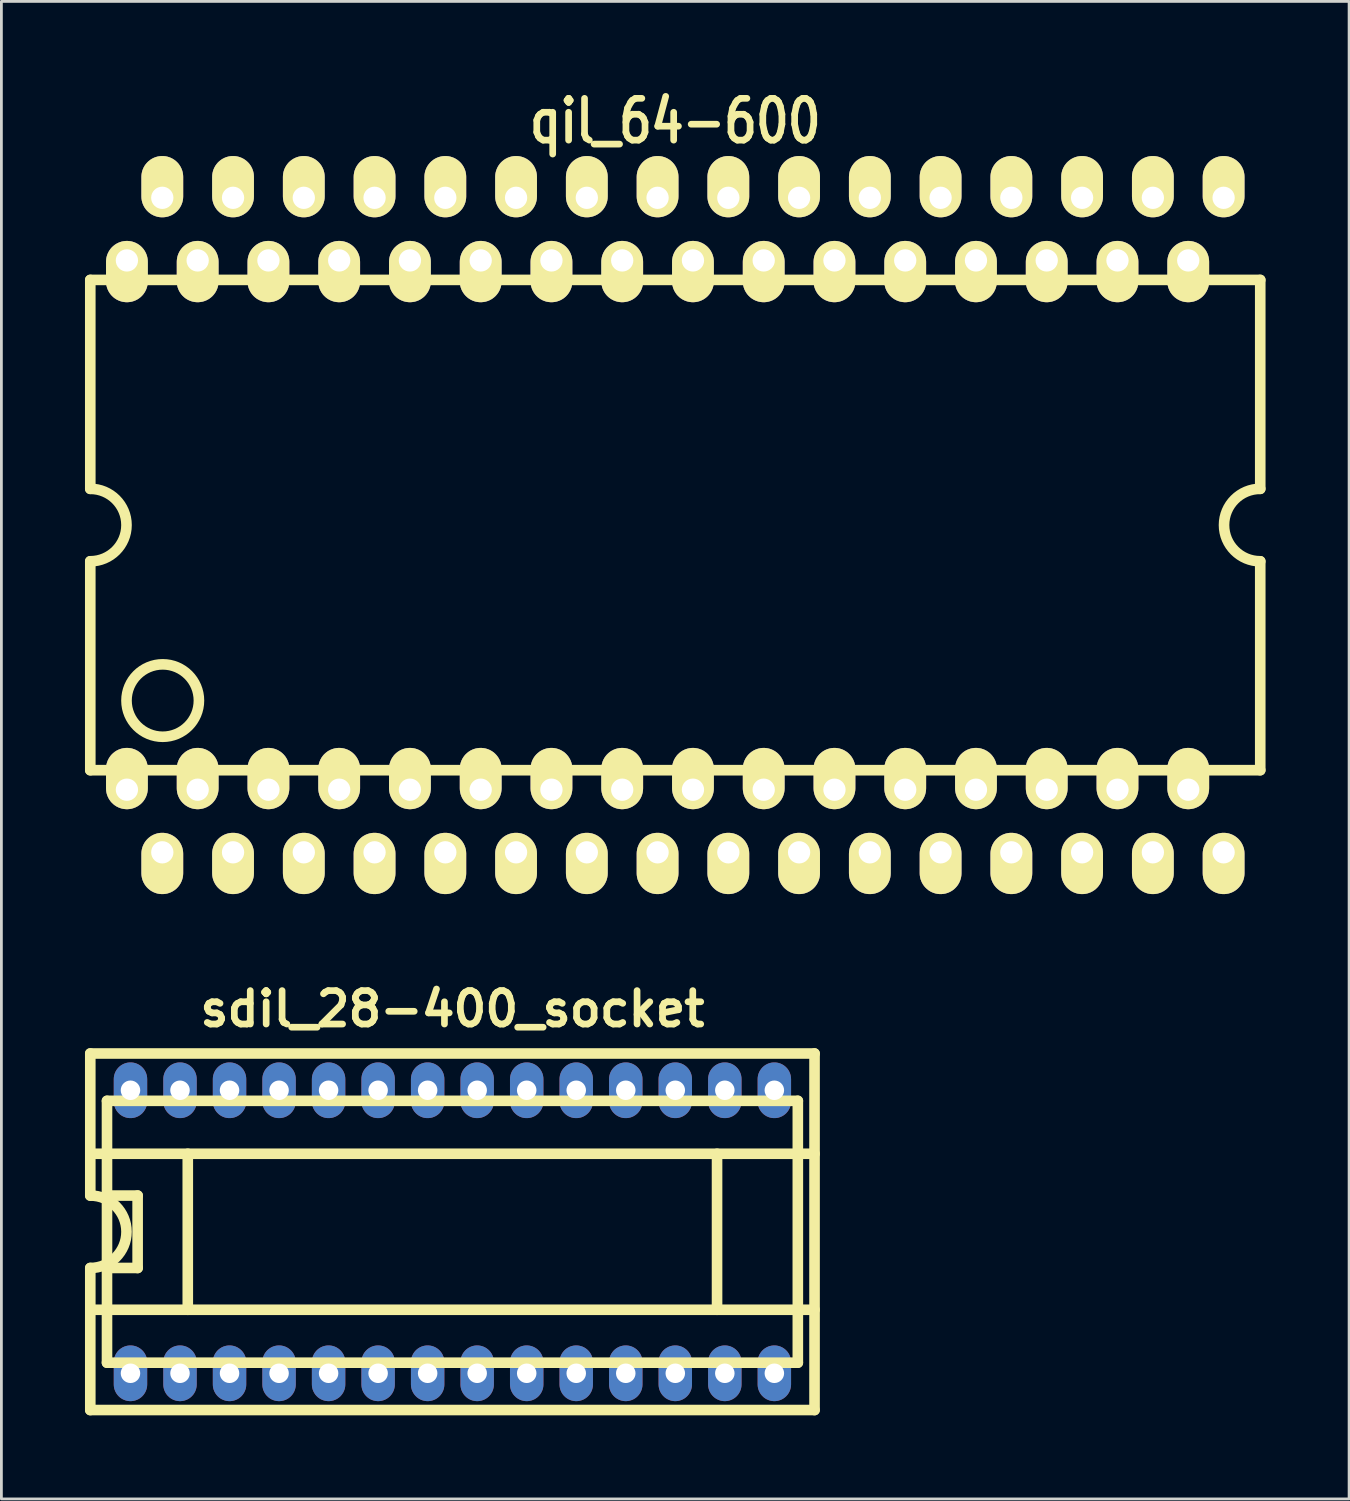
<source format=kicad_pcb>
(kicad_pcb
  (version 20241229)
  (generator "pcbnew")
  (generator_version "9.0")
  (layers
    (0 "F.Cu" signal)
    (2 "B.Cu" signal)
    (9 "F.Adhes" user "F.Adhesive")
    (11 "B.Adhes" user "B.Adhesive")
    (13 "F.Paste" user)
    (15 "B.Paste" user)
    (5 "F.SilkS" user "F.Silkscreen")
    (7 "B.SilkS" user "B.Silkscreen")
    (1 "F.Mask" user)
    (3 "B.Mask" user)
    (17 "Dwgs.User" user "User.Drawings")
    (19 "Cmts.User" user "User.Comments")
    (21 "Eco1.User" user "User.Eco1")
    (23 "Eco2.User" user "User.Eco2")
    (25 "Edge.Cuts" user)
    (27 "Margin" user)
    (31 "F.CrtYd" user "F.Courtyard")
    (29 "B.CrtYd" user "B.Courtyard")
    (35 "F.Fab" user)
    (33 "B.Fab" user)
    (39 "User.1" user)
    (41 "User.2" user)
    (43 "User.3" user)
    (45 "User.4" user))
  (footprint "qil_64-600"
    (layer "F.Cu")
    (at 21.191 15.799)
    (property "Reference" "qil_64-600" (at 0 -14.5 0) (layer "F.SilkS") (effects (font (size 1.5 1.2) (thickness 0.24))))
    (attr through_hole)
    (fp_line (start -21 -8.8) (end -21 -1.3) (stroke (width 0.381) (type solid)) (layer "F.SilkS"))
    (fp_line (start -21 8.8) (end -21 1.3) (stroke (width 0.381) (type solid)) (layer "F.SilkS"))
    (fp_line (start 21 -8.8) (end -21 -8.8) (stroke (width 0.381) (type solid)) (layer "F.SilkS"))
    (fp_line (start 21 -1.3) (end 21 -8.8) (stroke (width 0.381) (type solid)) (layer "F.SilkS"))
    (fp_line (start 21 8.8) (end -21 8.8) (stroke (width 0.381) (type solid)) (layer "F.SilkS"))
    (fp_line (start 21 8.8) (end 21 1.3) (stroke (width 0.381) (type solid)) (layer "F.SilkS"))
    (fp_arc (start -21 -1.3) (mid -19.7 0) (end -21 1.3) (stroke (width 0.381) (type solid)) (layer "F.SilkS"))
    (fp_arc (start 21 1.3) (mid 19.7 0) (end 21 -1.3) (stroke (width 0.381) (type solid)) (layer "F.SilkS"))
    (fp_circle (center -18.4 6.3) (end -17.1 6.3) (stroke (width 0.381) (type solid)) (fill no) (layer "F.SilkS"))
    (pad "1" thru_hole oval (at -19.685 9.5) (size 1.5 2.2) (drill 0.8 (offset 0 -0.4)) (layers "*.Cu" "*.Mask" "F.SilkS"))
    (pad "2" thru_hole oval (at -18.415 11.748) (size 1.5 2.2) (drill 0.8 (offset 0 0.4)) (layers "*.Cu" "*.Mask" "F.SilkS"))
    (pad "3" thru_hole oval (at -17.145 9.5) (size 1.5 2.2) (drill 0.8 (offset 0 -0.4)) (layers "*.Cu" "*.Mask" "F.SilkS"))
    (pad "4" thru_hole oval (at -15.875 11.748) (size 1.5 2.2) (drill 0.8 (offset 0 0.4)) (layers "*.Cu" "*.Mask" "F.SilkS"))
    (pad "5" thru_hole oval (at -14.605 9.5) (size 1.5 2.2) (drill 0.8 (offset 0 -0.4)) (layers "*.Cu" "*.Mask" "F.SilkS"))
    (pad "6" thru_hole oval (at -13.335 11.748) (size 1.5 2.2) (drill 0.8 (offset 0 0.4)) (layers "*.Cu" "*.Mask" "F.SilkS"))
    (pad "7" thru_hole oval (at -12.065 9.5) (size 1.5 2.2) (drill 0.8 (offset 0 -0.4)) (layers "*.Cu" "*.Mask" "F.SilkS"))
    (pad "8" thru_hole oval (at -10.795 11.748) (size 1.5 2.2) (drill 0.8 (offset 0 0.4)) (layers "*.Cu" "*.Mask" "F.SilkS"))
    (pad "9" thru_hole oval (at -9.525 9.5) (size 1.5 2.2) (drill 0.8 (offset 0 -0.4)) (layers "*.Cu" "*.Mask" "F.SilkS"))
    (pad "10" thru_hole oval (at -8.255 11.748) (size 1.5 2.2) (drill 0.8 (offset 0 0.4)) (layers "*.Cu" "*.Mask" "F.SilkS"))
    (pad "11" thru_hole oval (at -6.985 9.5) (size 1.5 2.2) (drill 0.8 (offset 0 -0.4)) (layers "*.Cu" "*.Mask" "F.SilkS"))
    (pad "12" thru_hole oval (at -5.715 11.748) (size 1.5 2.2) (drill 0.8 (offset 0 0.4)) (layers "*.Cu" "*.Mask" "F.SilkS"))
    (pad "13" thru_hole oval (at -4.445 9.5) (size 1.5 2.2) (drill 0.8 (offset 0 -0.4)) (layers "*.Cu" "*.Mask" "F.SilkS"))
    (pad "14" thru_hole oval (at -3.175 11.748) (size 1.5 2.2) (drill 0.8 (offset 0 0.4)) (layers "*.Cu" "*.Mask" "F.SilkS"))
    (pad "15" thru_hole oval (at -1.905 9.5) (size 1.5 2.2) (drill 0.8 (offset 0 -0.4)) (layers "*.Cu" "*.Mask" "F.SilkS"))
    (pad "16" thru_hole oval (at -0.635 11.748) (size 1.5 2.2) (drill 0.8 (offset 0 0.4)) (layers "*.Cu" "*.Mask" "F.SilkS"))
    (pad "17" thru_hole oval (at 0.635 9.5) (size 1.5 2.2) (drill 0.8 (offset 0 -0.4)) (layers "*.Cu" "*.Mask" "F.SilkS"))
    (pad "18" thru_hole oval (at 1.905 11.748) (size 1.5 2.2) (drill 0.8 (offset 0 0.4)) (layers "*.Cu" "*.Mask" "F.SilkS"))
    (pad "19" thru_hole oval (at 3.175 9.5) (size 1.5 2.2) (drill 0.8 (offset 0 -0.4)) (layers "*.Cu" "*.Mask" "F.SilkS"))
    (pad "20" thru_hole oval (at 4.445 11.748) (size 1.5 2.2) (drill 0.8 (offset 0 0.4)) (layers "*.Cu" "*.Mask" "F.SilkS"))
    (pad "21" thru_hole oval (at 5.715 9.5) (size 1.5 2.2) (drill 0.8 (offset 0 -0.4)) (layers "*.Cu" "*.Mask" "F.SilkS"))
    (pad "22" thru_hole oval (at 6.985 11.748) (size 1.5 2.2) (drill 0.8 (offset 0 0.4)) (layers "*.Cu" "*.Mask" "F.SilkS"))
    (pad "23" thru_hole oval (at 8.255 9.5) (size 1.5 2.2) (drill 0.8 (offset 0 -0.4)) (layers "*.Cu" "*.Mask" "F.SilkS"))
    (pad "24" thru_hole oval (at 9.525 11.748) (size 1.5 2.2) (drill 0.8 (offset 0 0.4)) (layers "*.Cu" "*.Mask" "F.SilkS"))
    (pad "25" thru_hole oval (at 10.795 9.5) (size 1.5 2.2) (drill 0.8 (offset 0 -0.4)) (layers "*.Cu" "*.Mask" "F.SilkS"))
    (pad "26" thru_hole oval (at 12.065 11.748) (size 1.5 2.2) (drill 0.8 (offset 0 0.4)) (layers "*.Cu" "*.Mask" "F.SilkS"))
    (pad "27" thru_hole oval (at 13.335 9.5) (size 1.5 2.2) (drill 0.8 (offset 0 -0.4)) (layers "*.Cu" "*.Mask" "F.SilkS"))
    (pad "28" thru_hole oval (at 14.605 11.748) (size 1.5 2.2) (drill 0.8 (offset 0 0.4)) (layers "*.Cu" "*.Mask" "F.SilkS"))
    (pad "29" thru_hole oval (at 15.875 9.5) (size 1.5 2.2) (drill 0.8 (offset 0 -0.4)) (layers "*.Cu" "*.Mask" "F.SilkS"))
    (pad "30" thru_hole oval (at 17.145 11.748) (size 1.5 2.2) (drill 0.8 (offset 0 0.4)) (layers "*.Cu" "*.Mask" "F.SilkS"))
    (pad "31" thru_hole oval (at 18.415 9.5) (size 1.5 2.2) (drill 0.8 (offset 0 -0.4)) (layers "*.Cu" "*.Mask" "F.SilkS"))
    (pad "32" thru_hole oval (at 19.685 11.748) (size 1.5 2.2) (drill 0.8 (offset 0 0.4)) (layers "*.Cu" "*.Mask" "F.SilkS"))
    (pad "33" thru_hole oval (at 19.685 -11.748) (size 1.5 2.2) (drill 0.8 (offset 0 -0.4)) (layers "*.Cu" "*.Mask" "F.SilkS"))
    (pad "34" thru_hole oval (at 18.415 -9.5) (size 1.5 2.2) (drill 0.8 (offset 0 0.4)) (layers "*.Cu" "*.Mask" "F.SilkS"))
    (pad "35" thru_hole oval (at 17.145 -11.748) (size 1.5 2.2) (drill 0.8 (offset 0 -0.4)) (layers "*.Cu" "*.Mask" "F.SilkS"))
    (pad "36" thru_hole oval (at 15.875 -9.5) (size 1.5 2.2) (drill 0.8 (offset 0 0.4)) (layers "*.Cu" "*.Mask" "F.SilkS"))
    (pad "37" thru_hole oval (at 14.605 -11.748) (size 1.5 2.2) (drill 0.8 (offset 0 -0.4)) (layers "*.Cu" "*.Mask" "F.SilkS"))
    (pad "38" thru_hole oval (at 13.335 -9.5) (size 1.5 2.2) (drill 0.8 (offset 0 0.4)) (layers "*.Cu" "*.Mask" "F.SilkS"))
    (pad "39" thru_hole oval (at 12.065 -11.748) (size 1.5 2.2) (drill 0.8 (offset 0 -0.4)) (layers "*.Cu" "*.Mask" "F.SilkS"))
    (pad "40" thru_hole oval (at 10.795 -9.5) (size 1.5 2.2) (drill 0.8 (offset 0 0.4)) (layers "*.Cu" "*.Mask" "F.SilkS"))
    (pad "41" thru_hole oval (at 9.525 -11.748) (size 1.5 2.2) (drill 0.8 (offset 0 -0.4)) (layers "*.Cu" "*.Mask" "F.SilkS"))
    (pad "42" thru_hole oval (at 8.255 -9.5) (size 1.5 2.2) (drill 0.8 (offset 0 0.4)) (layers "*.Cu" "*.Mask" "F.SilkS"))
    (pad "43" thru_hole oval (at 6.985 -11.748) (size 1.5 2.2) (drill 0.8 (offset 0 -0.4)) (layers "*.Cu" "*.Mask" "F.SilkS"))
    (pad "44" thru_hole oval (at 5.715 -9.5) (size 1.5 2.2) (drill 0.8 (offset 0 0.4)) (layers "*.Cu" "*.Mask" "F.SilkS"))
    (pad "45" thru_hole oval (at 4.445 -11.748) (size 1.5 2.2) (drill 0.8 (offset 0 -0.4)) (layers "*.Cu" "*.Mask" "F.SilkS"))
    (pad "46" thru_hole oval (at 3.175 -9.5) (size 1.5 2.2) (drill 0.8 (offset 0 0.4)) (layers "*.Cu" "*.Mask" "F.SilkS"))
    (pad "47" thru_hole oval (at 1.905 -11.748) (size 1.5 2.2) (drill 0.8 (offset 0 -0.4)) (layers "*.Cu" "*.Mask" "F.SilkS"))
    (pad "48" thru_hole oval (at 0.635 -9.5) (size 1.5 2.2) (drill 0.8 (offset 0 0.4)) (layers "*.Cu" "*.Mask" "F.SilkS"))
    (pad "49" thru_hole oval (at -0.635 -11.748) (size 1.5 2.2) (drill 0.8 (offset 0 -0.4)) (layers "*.Cu" "*.Mask" "F.SilkS"))
    (pad "50" thru_hole oval (at -1.905 -9.5) (size 1.5 2.2) (drill 0.8 (offset 0 0.4)) (layers "*.Cu" "*.Mask" "F.SilkS"))
    (pad "51" thru_hole oval (at -3.175 -11.748) (size 1.5 2.2) (drill 0.8 (offset 0 -0.4)) (layers "*.Cu" "*.Mask" "F.SilkS"))
    (pad "52" thru_hole oval (at -4.445 -9.5) (size 1.5 2.2) (drill 0.8 (offset 0 0.4)) (layers "*.Cu" "*.Mask" "F.SilkS"))
    (pad "53" thru_hole oval (at -5.715 -11.748) (size 1.5 2.2) (drill 0.8 (offset 0 -0.4)) (layers "*.Cu" "*.Mask" "F.SilkS"))
    (pad "54" thru_hole oval (at -6.985 -9.5) (size 1.5 2.2) (drill 0.8 (offset 0 0.4)) (layers "*.Cu" "*.Mask" "F.SilkS"))
    (pad "55" thru_hole oval (at -8.255 -11.748) (size 1.5 2.2) (drill 0.8 (offset 0 -0.4)) (layers "*.Cu" "*.Mask" "F.SilkS"))
    (pad "56" thru_hole oval (at -9.525 -9.5) (size 1.5 2.2) (drill 0.8 (offset 0 0.4)) (layers "*.Cu" "*.Mask" "F.SilkS"))
    (pad "57" thru_hole oval (at -10.795 -11.748) (size 1.5 2.2) (drill 0.8 (offset 0 -0.4)) (layers "*.Cu" "*.Mask" "F.SilkS"))
    (pad "58" thru_hole oval (at -12.065 -9.5) (size 1.5 2.2) (drill 0.8 (offset 0 0.4)) (layers "*.Cu" "*.Mask" "F.SilkS"))
    (pad "59" thru_hole oval (at -13.335 -11.748) (size 1.5 2.2) (drill 0.8 (offset 0 -0.4)) (layers "*.Cu" "*.Mask" "F.SilkS"))
    (pad "60" thru_hole oval (at -14.605 -9.5) (size 1.5 2.2) (drill 0.8 (offset 0 0.4)) (layers "*.Cu" "*.Mask" "F.SilkS"))
    (pad "61" thru_hole oval (at -15.875 -11.748) (size 1.5 2.2) (drill 0.8 (offset 0 -0.4)) (layers "*.Cu" "*.Mask" "F.SilkS"))
    (pad "62" thru_hole oval (at -17.145 -9.5) (size 1.5 2.2) (drill 0.8 (offset 0 0.4)) (layers "*.Cu" "*.Mask" "F.SilkS"))
    (pad "63" thru_hole oval (at -18.415 -11.748) (size 1.5 2.2) (drill 0.8 (offset 0 -0.4)) (layers "*.Cu" "*.Mask" "F.SilkS"))
    (pad "64" thru_hole oval (at -19.685 -9.5) (size 1.5 2.2) (drill 0.8 (offset 0 0.4)) (layers "*.Cu" "*.Mask" "F.SilkS")))
  (footprint "sdil_28-400_socket"
    (layer "F.Cu")
    (at 13.191 41.169)
    (property "Reference" "sdil_28-400_socket" (at 0 -8 0) (layer "F.SilkS") (effects (font (size 1.2 1.2) (thickness 0.24))))
    (attr through_hole)
    (fp_line (start -13 -6.4) (end -13 -1.3) (stroke (width 0.381) (type solid)) (layer "F.SilkS"))
    (fp_line (start -13 -2.8) (end 13 -2.8) (stroke (width 0.381) (type solid)) (layer "F.SilkS"))
    (fp_line (start -13 1.3) (end -13 6.4) (stroke (width 0.381) (type solid)) (layer "F.SilkS"))
    (fp_line (start -13 6.4) (end 13 6.4) (stroke (width 0.381) (type solid)) (layer "F.SilkS"))
    (fp_line (start -12.4 -4.7) (end -12.4 4.7) (stroke (width 0.381) (type solid)) (layer "F.SilkS"))
    (fp_line (start -11.3 -1.3) (end -12.4 -1.3) (stroke (width 0.381) (type solid)) (layer "F.SilkS"))
    (fp_line (start -11.3 -1.3) (end -11.3 1.3) (stroke (width 0.381) (type solid)) (layer "F.SilkS"))
    (fp_line (start -11.3 1.3) (end -12.4 1.3) (stroke (width 0.381) (type solid)) (layer "F.SilkS"))
    (fp_line (start -9.5 -2.8) (end -9.5 2.8) (stroke (width 0.381) (type solid)) (layer "F.SilkS"))
    (fp_line (start 9.5 2.8) (end 9.5 -2.8) (stroke (width 0.381) (type solid)) (layer "F.SilkS"))
    (fp_line (start 12.4 -4.7) (end -12.4 -4.7) (stroke (width 0.381) (type solid)) (layer "F.SilkS"))
    (fp_line (start 12.4 4.7) (end -12.4 4.7) (stroke (width 0.381) (type solid)) (layer "F.SilkS"))
    (fp_line (start 12.4 4.7) (end 12.4 -4.7) (stroke (width 0.381) (type solid)) (layer "F.SilkS"))
    (fp_line (start 13 -6.4) (end -13 -6.4) (stroke (width 0.381) (type solid)) (layer "F.SilkS"))
    (fp_line (start 13 2.8) (end -13 2.8) (stroke (width 0.381) (type solid)) (layer "F.SilkS"))
    (fp_line (start 13 6.4) (end 13 -6.4) (stroke (width 0.381) (type solid)) (layer "F.SilkS"))
    (fp_arc (start -13 -1.3) (mid -11.7 0) (end -13 1.3) (stroke (width 0.381) (type solid)) (layer "F.SilkS"))
    (pad "1" thru_hole oval (at -11.557 5.08) (size 1.2 2) (drill 0.7) (layers "*.Cu" "*.Mask"))
    (pad "2" thru_hole oval (at -9.779 5.08) (size 1.2 2) (drill 0.7) (layers "*.Cu" "*.Mask"))
    (pad "3" thru_hole oval (at -8.001 5.08) (size 1.2 2) (drill 0.7) (layers "*.Cu" "*.Mask"))
    (pad "4" thru_hole oval (at -6.223 5.08) (size 1.2 2) (drill 0.7) (layers "*.Cu" "*.Mask"))
    (pad "5" thru_hole oval (at -4.445 5.08) (size 1.2 2) (drill 0.7) (layers "*.Cu" "*.Mask"))
    (pad "6" thru_hole oval (at -2.667 5.08) (size 1.2 2) (drill 0.7) (layers "*.Cu" "*.Mask"))
    (pad "7" thru_hole oval (at -0.889 5.08) (size 1.2 2) (drill 0.7) (layers "*.Cu" "*.Mask"))
    (pad "8" thru_hole oval (at 0.889 5.08) (size 1.2 2) (drill 0.7) (layers "*.Cu" "*.Mask"))
    (pad "9" thru_hole oval (at 2.667 5.08) (size 1.2 2) (drill 0.7) (layers "*.Cu" "*.Mask"))
    (pad "10" thru_hole oval (at 4.445 5.08) (size 1.2 2) (drill 0.7) (layers "*.Cu" "*.Mask"))
    (pad "11" thru_hole oval (at 6.223 5.08) (size 1.2 2) (drill 0.7) (layers "*.Cu" "*.Mask"))
    (pad "12" thru_hole oval (at 8.001 5.08) (size 1.2 2) (drill 0.7) (layers "*.Cu" "*.Mask"))
    (pad "13" thru_hole oval (at 9.779 5.08) (size 1.2 2) (drill 0.7) (layers "*.Cu" "*.Mask"))
    (pad "14" thru_hole oval (at 11.557 5.08) (size 1.2 2) (drill 0.7) (layers "*.Cu" "*.Mask"))
    (pad "15" thru_hole oval (at 11.557 -5.08) (size 1.2 2) (drill 0.7) (layers "*.Cu" "*.Mask"))
    (pad "16" thru_hole oval (at 9.779 -5.08) (size 1.2 2) (drill 0.7) (layers "*.Cu" "*.Mask"))
    (pad "17" thru_hole oval (at 8.001 -5.08) (size 1.2 2) (drill 0.7) (layers "*.Cu" "*.Mask"))
    (pad "18" thru_hole oval (at 6.223 -5.08) (size 1.2 2) (drill 0.7) (layers "*.Cu" "*.Mask"))
    (pad "19" thru_hole oval (at 4.445 -5.08) (size 1.2 2) (drill 0.7) (layers "*.Cu" "*.Mask"))
    (pad "20" thru_hole oval (at 2.667 -5.08) (size 1.2 2) (drill 0.7) (layers "*.Cu" "*.Mask"))
    (pad "21" thru_hole oval (at 0.889 -5.08) (size 1.2 2) (drill 0.7) (layers "*.Cu" "*.Mask"))
    (pad "22" thru_hole oval (at -0.889 -5.08) (size 1.2 2) (drill 0.7) (layers "*.Cu" "*.Mask"))
    (pad "23" thru_hole oval (at -2.667 -5.08) (size 1.2 2) (drill 0.7) (layers "*.Cu" "*.Mask"))
    (pad "24" thru_hole oval (at -4.445 -5.08) (size 1.2 2) (drill 0.7) (layers "*.Cu" "*.Mask"))
    (pad "25" thru_hole oval (at -6.223 -5.08) (size 1.2 2) (drill 0.7) (layers "*.Cu" "*.Mask"))
    (pad "26" thru_hole oval (at -8.001 -5.08) (size 1.2 2) (drill 0.7) (layers "*.Cu" "*.Mask"))
    (pad "27" thru_hole oval (at -9.779 -5.08) (size 1.2 2) (drill 0.7) (layers "*.Cu" "*.Mask"))
    (pad "28" thru_hole oval (at -11.557 -5.08) (size 1.2 2) (drill 0.7) (layers "*.Cu" "*.Mask")))
  (gr_rect
    (start -3 -3)
    (end 45.381 50.76)
    (stroke (width 0.1) (type default))
    (fill no)
    (layer "Edge.Cuts")))
</source>
